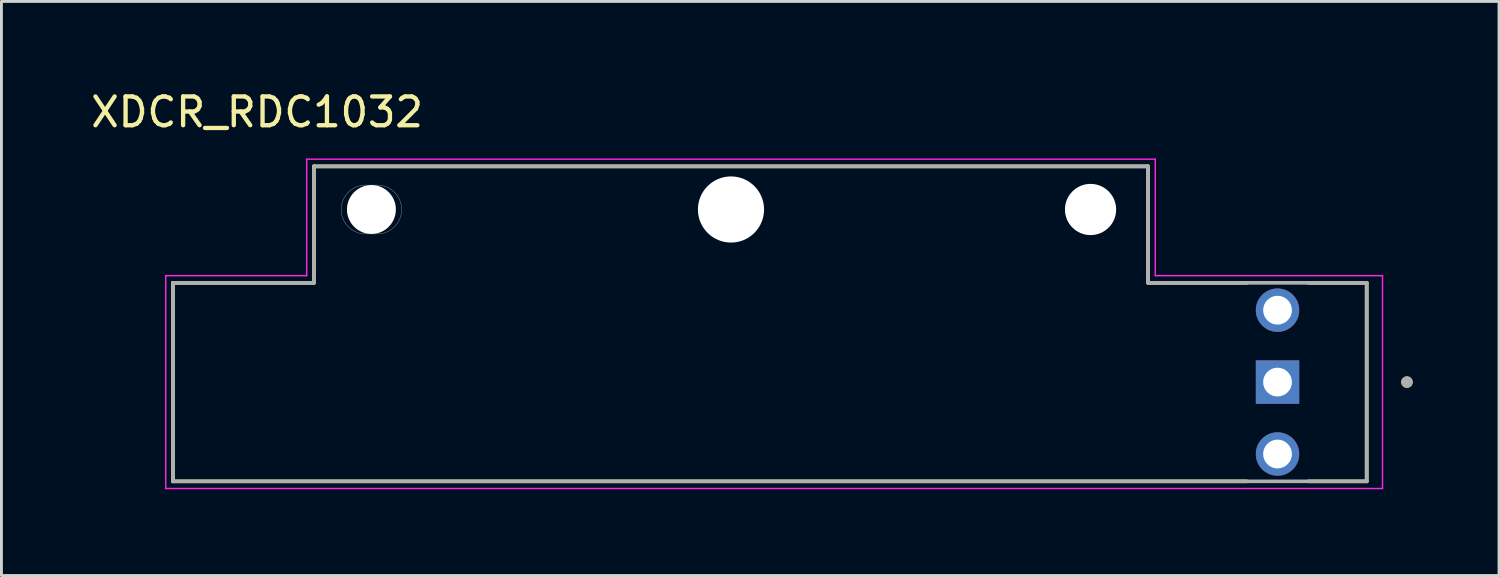
<source format=kicad_pcb>
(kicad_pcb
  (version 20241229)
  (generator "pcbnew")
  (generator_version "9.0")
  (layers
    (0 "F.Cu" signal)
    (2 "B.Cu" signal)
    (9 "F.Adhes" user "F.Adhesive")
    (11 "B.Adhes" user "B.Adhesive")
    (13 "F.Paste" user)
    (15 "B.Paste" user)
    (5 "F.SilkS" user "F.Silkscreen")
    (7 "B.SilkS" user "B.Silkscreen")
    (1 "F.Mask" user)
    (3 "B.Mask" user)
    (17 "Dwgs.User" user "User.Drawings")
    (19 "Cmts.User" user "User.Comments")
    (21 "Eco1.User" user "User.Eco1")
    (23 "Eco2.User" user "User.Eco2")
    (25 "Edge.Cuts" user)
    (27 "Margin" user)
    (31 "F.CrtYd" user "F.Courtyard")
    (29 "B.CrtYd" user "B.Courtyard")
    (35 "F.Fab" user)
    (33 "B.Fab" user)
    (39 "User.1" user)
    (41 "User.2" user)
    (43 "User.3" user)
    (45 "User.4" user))
  (footprint "XDCR_RDC1032"
    (layer "F.Cu")
    (at 22.362 10.233)
    (property "Reference" "XDCR_RDC1032" (at -16.475 -9.385 0) (layer "F.SilkS") (effects (font (size 1 1) (thickness 0.15))))
    (attr through_hole)
    (fp_line (start -19.4 -3.45) (end -14.5 -3.45) (stroke (width 0.127) (type solid)) (layer "F.SilkS"))
    (fp_line (start -19.4 3.45) (end -19.4 -3.45) (stroke (width 0.127) (type solid)) (layer "F.SilkS"))
    (fp_line (start -14.5 -7.5) (end 14.5 -7.5) (stroke (width 0.127) (type solid)) (layer "F.SilkS"))
    (fp_line (start -14.5 -3.45) (end -14.5 -7.5) (stroke (width 0.127) (type solid)) (layer "F.SilkS"))
    (fp_line (start 14.5 -7.5) (end 14.5 -3.45) (stroke (width 0.127) (type solid)) (layer "F.SilkS"))
    (fp_line (start 14.5 -3.45) (end 17.926 -3.45) (stroke (width 0.127) (type solid)) (layer "F.SilkS"))
    (fp_line (start 17.926 3.45) (end -19.4 3.45) (stroke (width 0.127) (type solid)) (layer "F.SilkS"))
    (fp_line (start 20.074 -3.45) (end 22.1 -3.45) (stroke (width 0.127) (type solid)) (layer "F.SilkS"))
    (fp_line (start 22.1 -3.45) (end 22.1 3.45) (stroke (width 0.127) (type solid)) (layer "F.SilkS"))
    (fp_line (start 22.1 3.45) (end 20.074 3.45) (stroke (width 0.127) (type solid)) (layer "F.SilkS"))
    (fp_circle (center 23.5 0) (end 23.6 0) (stroke (width 0.2) (type solid)) (fill no) (layer "F.SilkS"))
    (fp_line (start -12.7 -6.85) (end -12.3 -6.85) (stroke (width 0.01) (type solid)) (layer "Edge.Cuts"))
    (fp_line (start -12.3 -5.15) (end -12.7 -5.15) (stroke (width 0.01) (type solid)) (layer "Edge.Cuts"))
    (fp_arc (start -13.55 -6) (mid -13.301041 -6.601041) (end -12.7 -6.85) (stroke (width 0.01) (type solid)) (layer "Edge.Cuts"))
    (fp_arc (start -12.7 -5.15) (mid -13.301041 -5.398959) (end -13.55 -6) (stroke (width 0.01) (type solid)) (layer "Edge.Cuts"))
    (fp_arc (start -12.3 -6.85) (mid -11.698959 -6.601041) (end -11.45 -6) (stroke (width 0.01) (type solid)) (layer "Edge.Cuts"))
    (fp_arc (start -11.45 -6) (mid -11.698959 -5.398959) (end -12.3 -5.15) (stroke (width 0.01) (type solid)) (layer "Edge.Cuts"))
    (fp_line (start -19.65 -3.7) (end -19.65 3.7) (stroke (width 0.05) (type solid)) (layer "F.CrtYd"))
    (fp_line (start -19.65 -3.7) (end -14.75 -3.7) (stroke (width 0.05) (type solid)) (layer "F.CrtYd"))
    (fp_line (start -19.65 3.7) (end 22.65 3.7) (stroke (width 0.05) (type solid)) (layer "F.CrtYd"))
    (fp_line (start -14.75 -3.7) (end -14.75 -7.75) (stroke (width 0.05) (type solid)) (layer "F.CrtYd"))
    (fp_line (start 14.75 -7.75) (end -14.75 -7.75) (stroke (width 0.05) (type solid)) (layer "F.CrtYd"))
    (fp_line (start 14.75 -7.75) (end 14.75 -3.7) (stroke (width 0.05) (type solid)) (layer "F.CrtYd"))
    (fp_line (start 14.75 -3.7) (end 22.65 -3.7) (stroke (width 0.05) (type solid)) (layer "F.CrtYd"))
    (fp_line (start 22.65 3.7) (end 22.65 -3.7) (stroke (width 0.05) (type solid)) (layer "F.CrtYd"))
    (fp_line (start -19.4 -3.45) (end -14.5 -3.45) (stroke (width 0.127) (type solid)) (layer "F.Fab"))
    (fp_line (start -19.4 3.45) (end -19.4 -3.45) (stroke (width 0.127) (type solid)) (layer "F.Fab"))
    (fp_line (start -14.5 -7.5) (end 14.5 -7.5) (stroke (width 0.127) (type solid)) (layer "F.Fab"))
    (fp_line (start -14.5 -3.45) (end -14.5 -7.5) (stroke (width 0.127) (type solid)) (layer "F.Fab"))
    (fp_line (start 14.5 -7.5) (end 14.5 -3.45) (stroke (width 0.127) (type solid)) (layer "F.Fab"))
    (fp_line (start 14.5 -3.45) (end 22.1 -3.45) (stroke (width 0.127) (type solid)) (layer "F.Fab"))
    (fp_line (start 22.1 -3.45) (end 22.1 3.45) (stroke (width 0.127) (type solid)) (layer "F.Fab"))
    (fp_line (start 22.1 3.45) (end -19.4 3.45) (stroke (width 0.127) (type solid)) (layer "F.Fab"))
    (fp_circle (center 23.5 0) (end 23.6 0) (stroke (width 0.2) (type solid)) (fill no) (layer "F.Fab"))
    (pad "" np_thru_hole circle (at -12.5 -6) (size 1.7 1.7) (drill 1.7) (layers "*.Cu" "*.Mask"))
    (pad "" np_thru_hole circle (at 0 -6) (size 2.3 2.3) (drill 2.3) (layers "*.Cu" "*.Mask"))
    (pad "" np_thru_hole circle (at 12.5 -6) (size 1.78 1.78) (drill 1.78) (layers "*.Cu" "*.Mask"))
    (pad "1T" thru_hole rect (at 19 0) (size 1.508 1.508) (drill 1) (layers "*.Cu" "*.Mask"))
    (pad "2T" thru_hole circle (at 19 2.5) (size 1.508 1.508) (drill 1) (layers "*.Cu" "*.Mask"))
    (pad "3T" thru_hole circle (at 19 -2.5) (size 1.508 1.508) (drill 1) (layers "*.Cu" "*.Mask")))
  (gr_rect
    (start -3 -3)
    (end 49.062 16.958)
    (stroke (width 0.1) (type default))
    (fill no)
    (layer "Edge.Cuts")))
</source>
